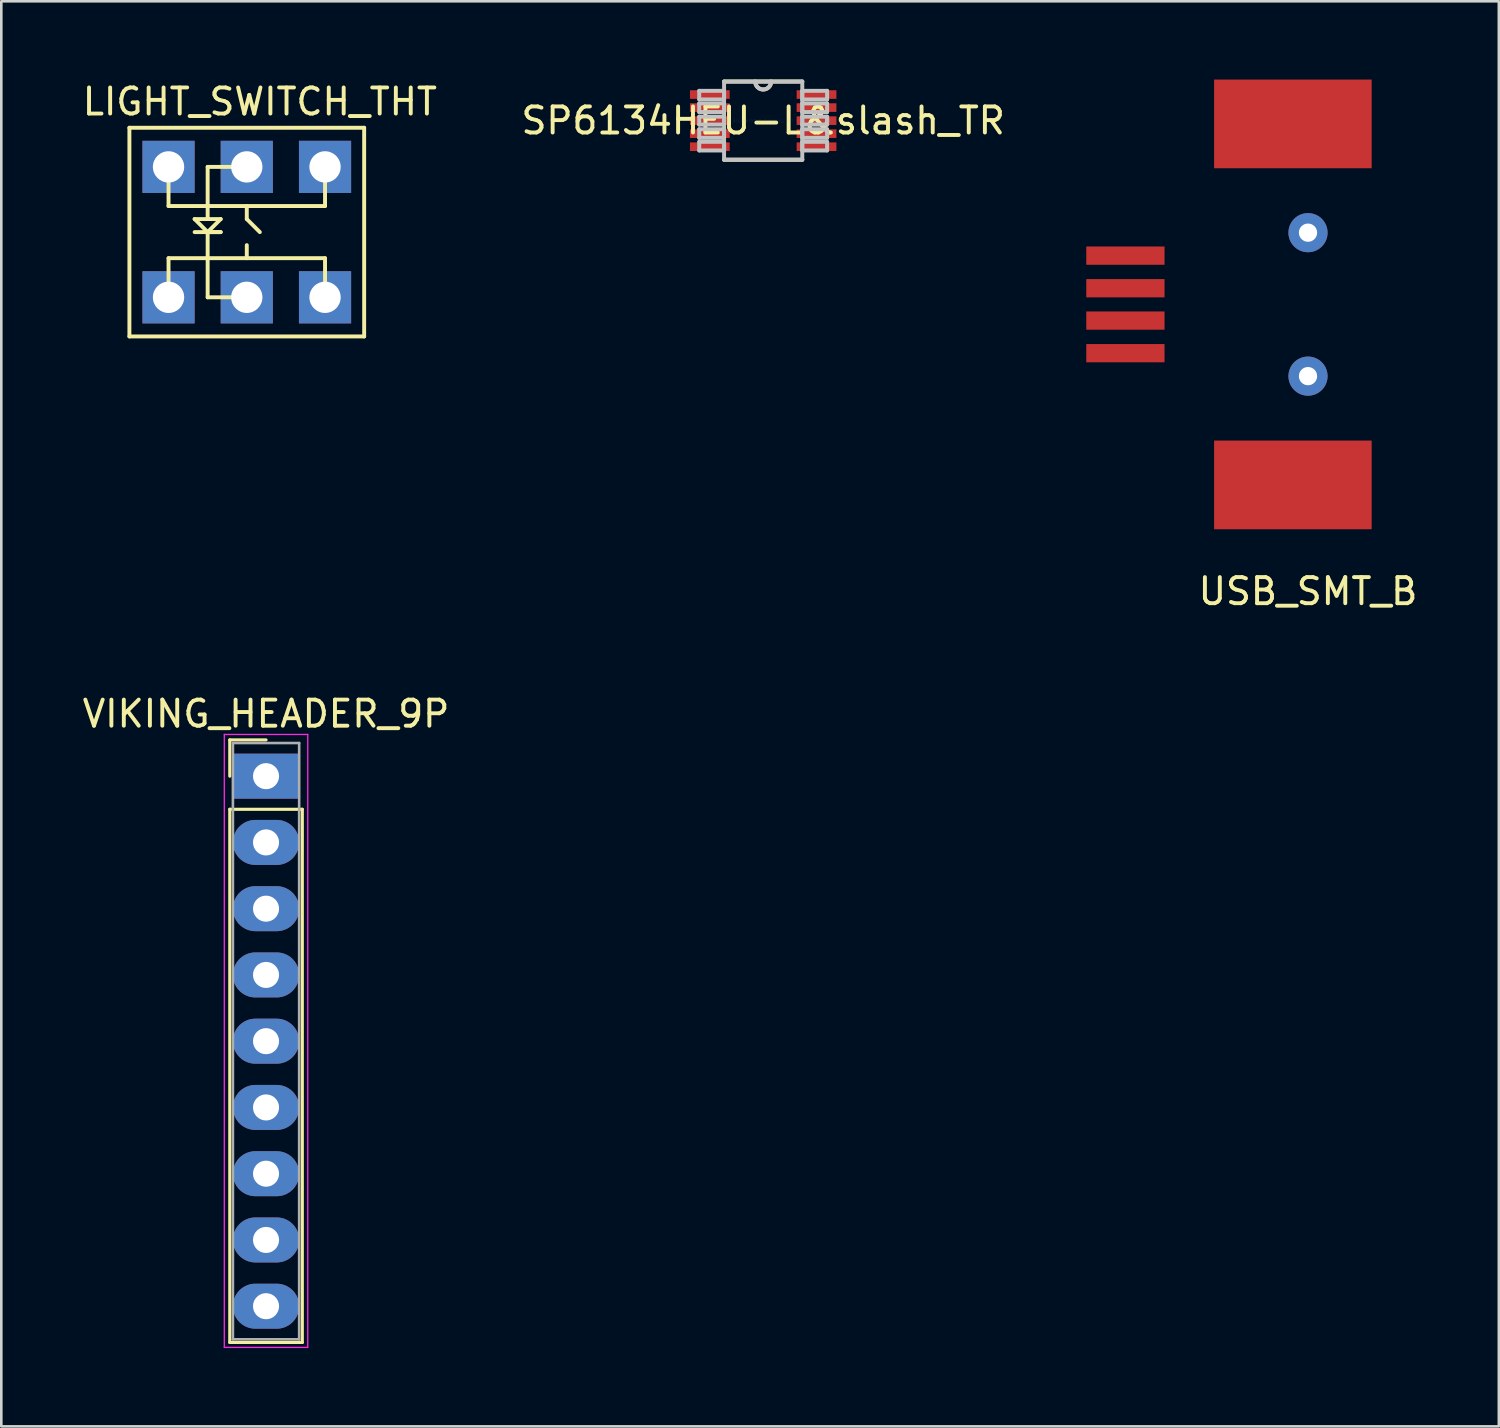
<source format=kicad_pcb>
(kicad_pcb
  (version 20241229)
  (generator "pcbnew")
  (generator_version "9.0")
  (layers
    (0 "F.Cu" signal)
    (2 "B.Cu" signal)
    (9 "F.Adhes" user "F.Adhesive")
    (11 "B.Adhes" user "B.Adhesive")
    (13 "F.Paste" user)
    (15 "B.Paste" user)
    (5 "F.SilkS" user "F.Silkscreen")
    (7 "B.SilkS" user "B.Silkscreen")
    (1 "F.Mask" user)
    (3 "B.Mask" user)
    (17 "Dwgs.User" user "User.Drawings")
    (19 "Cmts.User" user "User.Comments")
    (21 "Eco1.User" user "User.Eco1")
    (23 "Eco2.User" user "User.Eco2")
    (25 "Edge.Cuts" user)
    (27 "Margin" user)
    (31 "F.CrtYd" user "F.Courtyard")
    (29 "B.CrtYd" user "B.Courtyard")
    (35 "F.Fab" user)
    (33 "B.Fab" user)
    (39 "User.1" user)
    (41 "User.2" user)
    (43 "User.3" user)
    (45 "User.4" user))
  (footprint "SP6134HEU-L&slash_TR"
    (layer "F.Cu")
    (at 26.208 1.575)
    (property "Reference" "SP6134HEU-L&slash_TR" (at 0 0 0) (layer "F.SilkS") (effects (font (size 1 1) (thickness 0.15))))
    (attr through_hole)
    (fp_line (start -1.499 1.499) (end 1.499 1.499) (stroke (width 0.152) (type solid)) (layer "F.SilkS"))
    (fp_line (start 1.499 -1.499) (end -1.499 -1.499) (stroke (width 0.152) (type solid)) (layer "F.SilkS"))
    (fp_arc (start 0.3048 -1.4986) (mid 0 -1.1938) (end -0.3048 -1.4986) (stroke (width 0.1524) (type solid)) (layer "F.SilkS"))
    (fp_line (start -2.451 -1.143) (end -2.451 -0.813) (stroke (width 0.152) (type solid)) (layer "Dwgs.User"))
    (fp_line (start -2.451 -0.813) (end -1.499 -0.813) (stroke (width 0.152) (type solid)) (layer "Dwgs.User"))
    (fp_line (start -2.451 -0.66) (end -2.451 -0.33) (stroke (width 0.152) (type solid)) (layer "Dwgs.User"))
    (fp_line (start -2.451 -0.33) (end -1.499 -0.33) (stroke (width 0.152) (type solid)) (layer "Dwgs.User"))
    (fp_line (start -2.451 -0.152) (end -2.451 0.152) (stroke (width 0.152) (type solid)) (layer "Dwgs.User"))
    (fp_line (start -2.451 0.152) (end -1.499 0.152) (stroke (width 0.152) (type solid)) (layer "Dwgs.User"))
    (fp_line (start -2.451 0.33) (end -2.451 0.66) (stroke (width 0.152) (type solid)) (layer "Dwgs.User"))
    (fp_line (start -2.451 0.66) (end -1.499 0.66) (stroke (width 0.152) (type solid)) (layer "Dwgs.User"))
    (fp_line (start -2.451 0.813) (end -2.451 1.143) (stroke (width 0.152) (type solid)) (layer "Dwgs.User"))
    (fp_line (start -2.451 1.143) (end -1.499 1.143) (stroke (width 0.152) (type solid)) (layer "Dwgs.User"))
    (fp_line (start -1.499 -1.499) (end -1.499 1.499) (stroke (width 0.152) (type solid)) (layer "Dwgs.User"))
    (fp_line (start -1.499 -1.143) (end -2.451 -1.143) (stroke (width 0.152) (type solid)) (layer "Dwgs.User"))
    (fp_line (start -1.499 -0.813) (end -1.499 -1.143) (stroke (width 0.152) (type solid)) (layer "Dwgs.User"))
    (fp_line (start -1.499 -0.66) (end -2.451 -0.66) (stroke (width 0.152) (type solid)) (layer "Dwgs.User"))
    (fp_line (start -1.499 -0.33) (end -1.499 -0.66) (stroke (width 0.152) (type solid)) (layer "Dwgs.User"))
    (fp_line (start -1.499 -0.152) (end -2.451 -0.152) (stroke (width 0.152) (type solid)) (layer "Dwgs.User"))
    (fp_line (start -1.499 0.152) (end -1.499 -0.152) (stroke (width 0.152) (type solid)) (layer "Dwgs.User"))
    (fp_line (start -1.499 0.33) (end -2.451 0.33) (stroke (width 0.152) (type solid)) (layer "Dwgs.User"))
    (fp_line (start -1.499 0.66) (end -1.499 0.33) (stroke (width 0.152) (type solid)) (layer "Dwgs.User"))
    (fp_line (start -1.499 0.813) (end -2.451 0.813) (stroke (width 0.152) (type solid)) (layer "Dwgs.User"))
    (fp_line (start -1.499 1.143) (end -1.499 0.813) (stroke (width 0.152) (type solid)) (layer "Dwgs.User"))
    (fp_line (start -1.499 1.499) (end 1.499 1.499) (stroke (width 0.152) (type solid)) (layer "Dwgs.User"))
    (fp_line (start 1.499 -1.499) (end -1.499 -1.499) (stroke (width 0.152) (type solid)) (layer "Dwgs.User"))
    (fp_line (start 1.499 -1.143) (end 1.499 -0.813) (stroke (width 0.152) (type solid)) (layer "Dwgs.User"))
    (fp_line (start 1.499 -0.813) (end 2.451 -0.813) (stroke (width 0.152) (type solid)) (layer "Dwgs.User"))
    (fp_line (start 1.499 -0.66) (end 1.499 -0.33) (stroke (width 0.152) (type solid)) (layer "Dwgs.User"))
    (fp_line (start 1.499 -0.33) (end 2.451 -0.33) (stroke (width 0.152) (type solid)) (layer "Dwgs.User"))
    (fp_line (start 1.499 -0.152) (end 1.499 0.152) (stroke (width 0.152) (type solid)) (layer "Dwgs.User"))
    (fp_line (start 1.499 0.152) (end 2.451 0.152) (stroke (width 0.152) (type solid)) (layer "Dwgs.User"))
    (fp_line (start 1.499 0.33) (end 1.499 0.66) (stroke (width 0.152) (type solid)) (layer "Dwgs.User"))
    (fp_line (start 1.499 0.66) (end 2.451 0.66) (stroke (width 0.152) (type solid)) (layer "Dwgs.User"))
    (fp_line (start 1.499 0.813) (end 1.499 1.143) (stroke (width 0.152) (type solid)) (layer "Dwgs.User"))
    (fp_line (start 1.499 1.143) (end 2.451 1.143) (stroke (width 0.152) (type solid)) (layer "Dwgs.User"))
    (fp_line (start 1.499 1.499) (end 1.499 -1.499) (stroke (width 0.152) (type solid)) (layer "Dwgs.User"))
    (fp_line (start 2.451 -1.143) (end 1.499 -1.143) (stroke (width 0.152) (type solid)) (layer "Dwgs.User"))
    (fp_line (start 2.451 -0.813) (end 2.451 -1.143) (stroke (width 0.152) (type solid)) (layer "Dwgs.User"))
    (fp_line (start 2.451 -0.66) (end 1.499 -0.66) (stroke (width 0.152) (type solid)) (layer "Dwgs.User"))
    (fp_line (start 2.451 -0.33) (end 2.451 -0.66) (stroke (width 0.152) (type solid)) (layer "Dwgs.User"))
    (fp_line (start 2.451 -0.152) (end 1.499 -0.152) (stroke (width 0.152) (type solid)) (layer "Dwgs.User"))
    (fp_line (start 2.451 0.152) (end 2.451 -0.152) (stroke (width 0.152) (type solid)) (layer "Dwgs.User"))
    (fp_line (start 2.451 0.33) (end 1.499 0.33) (stroke (width 0.152) (type solid)) (layer "Dwgs.User"))
    (fp_line (start 2.451 0.66) (end 2.451 0.33) (stroke (width 0.152) (type solid)) (layer "Dwgs.User"))
    (fp_line (start 2.451 0.813) (end 1.499 0.813) (stroke (width 0.152) (type solid)) (layer "Dwgs.User"))
    (fp_line (start 2.451 1.143) (end 2.451 0.813) (stroke (width 0.152) (type solid)) (layer "Dwgs.User"))
    (fp_arc (start 0.3048 -1.4986) (mid 0 -1.1938) (end -0.3048 -1.4986) (stroke (width 0.1524) (type solid)) (layer "Dwgs.User"))
    (fp_text user "Copyright 2016 Accelerated Designs. All rights reserved." (at 0 0 0) (layer "Cmts.User") (effects (font (size 0.127 0.127) (thickness 0.002))))
    (pad "1" smd rect (at -2.045 -1) (size 1.524 0.33) (layers "F.Cu"))
    (pad "2" smd rect (at -2.045 -0.5) (size 1.524 0.33) (layers "F.Cu"))
    (pad "3" smd rect (at -2.045 0) (size 1.524 0.33) (layers "F.Cu"))
    (pad "4" smd rect (at -2.045 0.5) (size 1.524 0.33) (layers "F.Cu"))
    (pad "5" smd rect (at -2.045 1) (size 1.524 0.33) (layers "F.Cu"))
    (pad "6" smd rect (at 2.045 1) (size 1.524 0.33) (layers "F.Cu"))
    (pad "7" smd rect (at 2.045 0.5) (size 1.524 0.33) (layers "F.Cu"))
    (pad "8" smd rect (at 2.045 0) (size 1.524 0.33) (layers "F.Cu"))
    (pad "9" smd rect (at 2.045 -0.5) (size 1.524 0.33) (layers "F.Cu"))
    (pad "10" smd rect (at 2.045 -1) (size 1.524 0.33) (layers "F.Cu")))
  (footprint "USB_SMT_B"
    (layer "F.Cu")
    (at 40.095 8.62)
    (property "Reference" "USB_SMT_B" (at 7 11 0) (layer "F.SilkS") (effects (font (size 1 1) (thickness 0.15))))
    (attr through_hole)
    (pad "" np_thru_hole circle (at 7 -2.75) (size 1.5 1.5) (drill 0.7) (layers "*.Cu" "*.Mask"))
    (pad "" np_thru_hole circle (at 7 2.75) (size 1.5 1.5) (drill 0.7) (layers "*.Cu" "*.Mask"))
    (pad "1" smd rect (at 0 -1.87) (size 3 0.7) (layers "F.Cu" "F.Mask" "F.Paste"))
    (pad "2" smd rect (at 0 0.62) (size 3 0.7) (layers "F.Cu" "F.Mask" "F.Paste"))
    (pad "3" smd rect (at 0 1.87) (size 3 0.7) (layers "F.Cu" "F.Mask" "F.Paste"))
    (pad "4" smd rect (at 0 -0.62) (size 3 0.7) (layers "F.Cu" "F.Mask" "F.Paste"))
    (pad "5" smd rect (at 6.42 -6.92) (size 6.04 3.4) (layers "F.Cu" "F.Mask" "F.Paste"))
    (pad "5" smd rect (at 6.42 6.92) (size 6.04 3.4) (layers "F.Cu" "F.Mask" "F.Paste")))
  (footprint "VIKING_HEADER_9P"
    (layer "F.Cu")
    (at 7.149 26.706)
    (property "Reference" "VIKING_HEADER_9P" (at 0 -2.39 0) (layer "F.SilkS") (effects (font (size 1 1) (thickness 0.15))))
    (attr through_hole)
    (fp_line (start -1.39 -1.39) (end 0 -1.39) (stroke (width 0.12) (type solid)) (layer "F.SilkS"))
    (fp_line (start -1.39 0) (end -1.39 -1.39) (stroke (width 0.12) (type solid)) (layer "F.SilkS"))
    (fp_line (start -1.39 1.27) (end -1.39 21.71) (stroke (width 0.12) (type solid)) (layer "F.SilkS"))
    (fp_line (start -1.39 21.71) (end 1.39 21.71) (stroke (width 0.12) (type solid)) (layer "F.SilkS"))
    (fp_line (start 1.39 1.27) (end -1.39 1.27) (stroke (width 0.12) (type solid)) (layer "F.SilkS"))
    (fp_line (start 1.39 21.71) (end 1.39 1.27) (stroke (width 0.12) (type solid)) (layer "F.SilkS"))
    (fp_line (start -1.6 -1.6) (end -1.6 21.9) (stroke (width 0.05) (type solid)) (layer "F.CrtYd"))
    (fp_line (start -1.6 21.9) (end 1.6 21.9) (stroke (width 0.05) (type solid)) (layer "F.CrtYd"))
    (fp_line (start 1.6 -1.6) (end -1.6 -1.6) (stroke (width 0.05) (type solid)) (layer "F.CrtYd"))
    (fp_line (start 1.6 21.9) (end 1.6 -1.6) (stroke (width 0.05) (type solid)) (layer "F.CrtYd"))
    (fp_line (start -1.27 -1.27) (end -1.27 21.59) (stroke (width 0.1) (type solid)) (layer "F.Fab"))
    (fp_line (start -1.27 21.59) (end 1.27 21.59) (stroke (width 0.1) (type solid)) (layer "F.Fab"))
    (fp_line (start 1.27 -1.27) (end -1.27 -1.27) (stroke (width 0.1) (type solid)) (layer "F.Fab"))
    (fp_line (start 1.27 21.59) (end 1.27 -1.27) (stroke (width 0.1) (type solid)) (layer "F.Fab"))
    (pad "1" thru_hole rect (at 0 0) (size 2.54 1.725) (drill 1) (layers "*.Cu" "*.Mask"))
    (pad "2" thru_hole oval (at 0 2.54) (size 2.54 1.725) (drill 1) (layers "*.Cu" "*.Mask"))
    (pad "3" thru_hole oval (at 0 5.08) (size 2.54 1.725) (drill 1) (layers "*.Cu" "*.Mask"))
    (pad "4" thru_hole oval (at 0 7.62) (size 2.54 1.725) (drill 1) (layers "*.Cu" "*.Mask"))
    (pad "5" thru_hole oval (at 0 10.16) (size 2.54 1.725) (drill 1) (layers "*.Cu" "*.Mask"))
    (pad "6" thru_hole oval (at 0 12.7) (size 2.54 1.725) (drill 1) (layers "*.Cu" "*.Mask"))
    (pad "7" thru_hole oval (at 0 15.24) (size 2.54 1.725) (drill 1) (layers "*.Cu" "*.Mask"))
    (pad "8" thru_hole oval (at 0 17.78) (size 2.54 1.725) (drill 1) (layers "*.Cu" "*.Mask"))
    (pad "9" thru_hole oval (at 0 20.32) (size 2.54 1.725) (drill 1) (layers "*.Cu" "*.Mask")))
  (footprint "LIGHT_SWITCH_THT"
    (layer "F.Cu")
    (at 6.411 5.848)
    (property "Reference" "LIGHT_SWITCH_THT" (at 0.5 -5 0) (layer "F.SilkS") (effects (font (size 1 1) (thickness 0.15))))
    (attr through_hole)
    (fp_line (start -4.5 -4) (end -4.5 4) (stroke (width 0.15) (type solid)) (layer "F.SilkS"))
    (fp_line (start -4.5 4) (end 4.5 4) (stroke (width 0.15) (type solid)) (layer "F.SilkS"))
    (fp_line (start -3 -2) (end -3 -1) (stroke (width 0.15) (type solid)) (layer "F.SilkS"))
    (fp_line (start -3 -1) (end 3 -1) (stroke (width 0.15) (type solid)) (layer "F.SilkS"))
    (fp_line (start -3 1) (end 3 1) (stroke (width 0.15) (type solid)) (layer "F.SilkS"))
    (fp_line (start -3 2.5) (end -3 1) (stroke (width 0.15) (type solid)) (layer "F.SilkS"))
    (fp_line (start -2 -0.5) (end -1 -0.5) (stroke (width 0.15) (type solid)) (layer "F.SilkS"))
    (fp_line (start -2 0) (end -1 0) (stroke (width 0.15) (type solid)) (layer "F.SilkS"))
    (fp_line (start -1.5 -2.5) (end 0 -2.5) (stroke (width 0.15) (type solid)) (layer "F.SilkS"))
    (fp_line (start -1.5 -1) (end -1.5 -2.5) (stroke (width 0.15) (type solid)) (layer "F.SilkS"))
    (fp_line (start -1.5 -1) (end -1.5 -0.5) (stroke (width 0.15) (type solid)) (layer "F.SilkS"))
    (fp_line (start -1.5 0) (end -2 -0.5) (stroke (width 0.15) (type solid)) (layer "F.SilkS"))
    (fp_line (start -1.5 0) (end -1.5 2.5) (stroke (width 0.15) (type solid)) (layer "F.SilkS"))
    (fp_line (start -1.5 2.5) (end 0 2.5) (stroke (width 0.15) (type solid)) (layer "F.SilkS"))
    (fp_line (start -1 -0.5) (end -1.5 0) (stroke (width 0.15) (type solid)) (layer "F.SilkS"))
    (fp_line (start -1 0) (end -1.5 0) (stroke (width 0.15) (type solid)) (layer "F.SilkS"))
    (fp_line (start 0 -1) (end 0 -0.5) (stroke (width 0.15) (type solid)) (layer "F.SilkS"))
    (fp_line (start 0 -0.5) (end 0.5 0) (stroke (width 0.15) (type solid)) (layer "F.SilkS"))
    (fp_line (start 0 1) (end 0 0.5) (stroke (width 0.15) (type solid)) (layer "F.SilkS"))
    (fp_line (start 3 -1) (end 3 -2.5) (stroke (width 0.15) (type solid)) (layer "F.SilkS"))
    (fp_line (start 3 1) (end 3 2.5) (stroke (width 0.15) (type solid)) (layer "F.SilkS"))
    (fp_line (start 4.5 -4) (end -4.5 -4) (stroke (width 0.15) (type solid)) (layer "F.SilkS"))
    (fp_line (start 4.5 4) (end 4.5 -4) (stroke (width 0.15) (type solid)) (layer "F.SilkS"))
    (pad "1" thru_hole rect (at -3 -2.5) (size 2 2) (drill 1.2) (layers "*.Cu" "*.Mask"))
    (pad "2" thru_hole rect (at 3 -2.5) (size 2 2) (drill 1.2) (layers "*.Cu" "*.Mask"))
    (pad "3" thru_hole rect (at -3 2.5) (size 2 2) (drill 1.2) (layers "*.Cu" "*.Mask"))
    (pad "4" thru_hole rect (at 3 2.5) (size 2 2) (drill 1.2) (layers "*.Cu" "*.Mask"))
    (pad "5" thru_hole rect (at 0 -2.5) (size 2 2) (drill 1.2) (layers "*.Cu" "*.Mask"))
    (pad "6" thru_hole rect (at 0 2.5) (size 2 2) (drill 1.2) (layers "*.Cu" "*.Mask")))
  (gr_rect
    (start -3 -3)
    (end 54.411 51.632)
    (stroke (width 0.1) (type default))
    (fill no)
    (layer "Edge.Cuts")))
</source>
